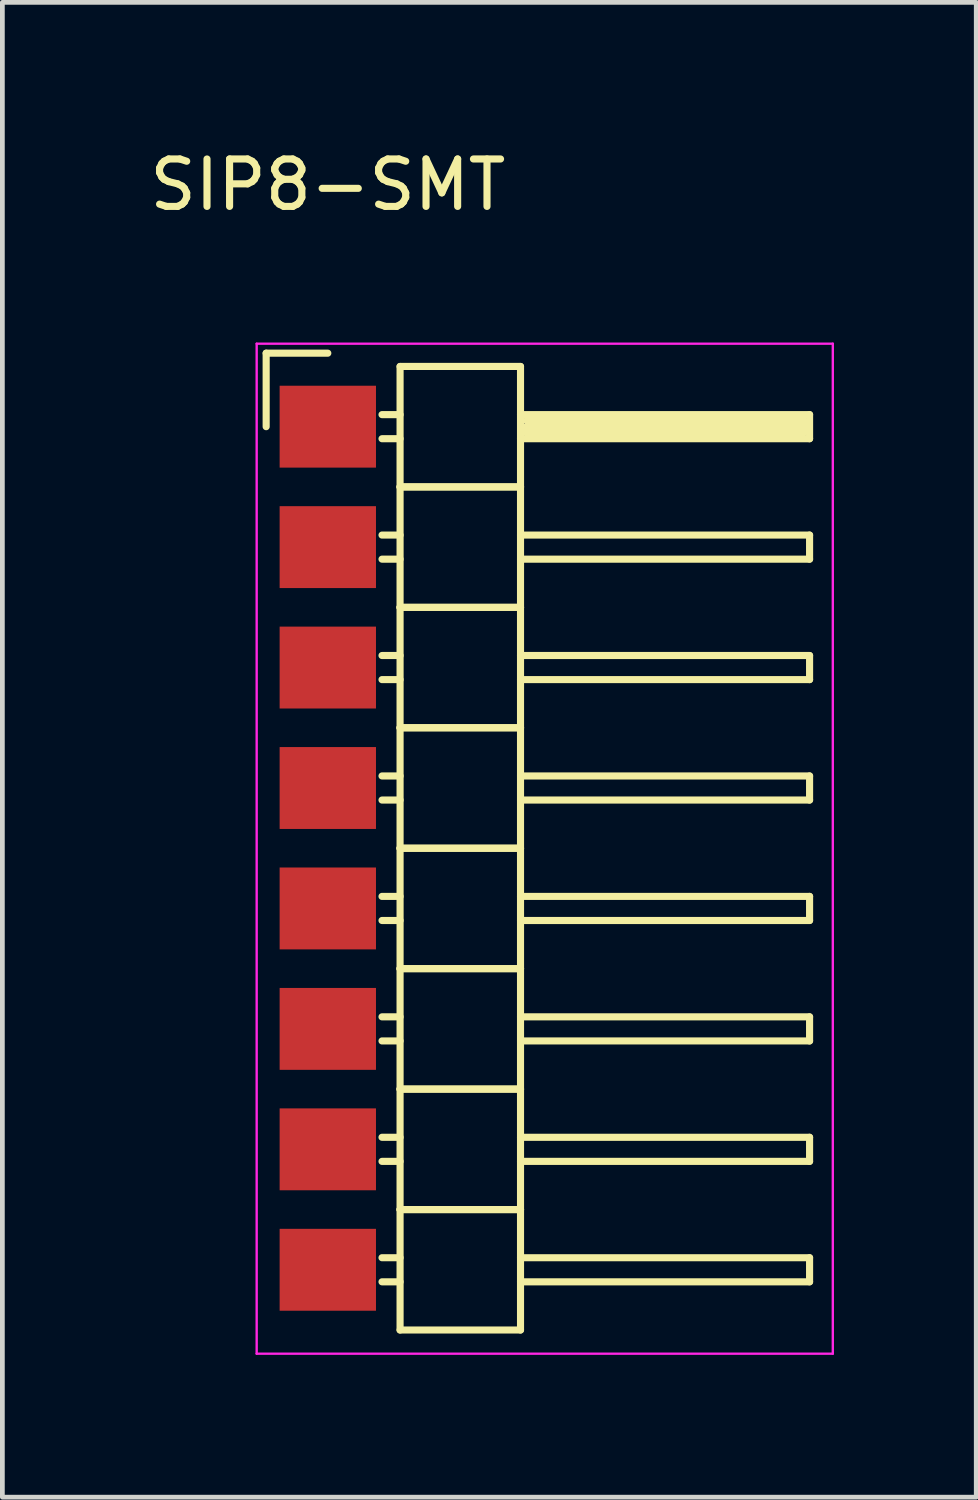
<source format=kicad_pcb>
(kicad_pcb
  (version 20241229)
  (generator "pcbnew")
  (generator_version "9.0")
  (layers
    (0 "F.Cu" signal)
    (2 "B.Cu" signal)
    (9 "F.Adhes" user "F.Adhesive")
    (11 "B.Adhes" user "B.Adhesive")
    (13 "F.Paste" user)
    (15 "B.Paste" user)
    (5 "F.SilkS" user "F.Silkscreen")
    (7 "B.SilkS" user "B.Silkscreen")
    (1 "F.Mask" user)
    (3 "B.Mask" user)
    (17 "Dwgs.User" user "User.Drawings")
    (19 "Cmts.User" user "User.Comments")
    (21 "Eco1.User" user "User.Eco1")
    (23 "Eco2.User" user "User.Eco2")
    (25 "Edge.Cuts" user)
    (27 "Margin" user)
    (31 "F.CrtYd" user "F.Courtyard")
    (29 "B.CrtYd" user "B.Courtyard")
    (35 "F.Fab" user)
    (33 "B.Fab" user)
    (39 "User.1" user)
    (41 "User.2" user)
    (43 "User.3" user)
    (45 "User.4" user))
  (footprint "SIP8-SMT"
    (layer "F.Cu")
    (at 3.863 5.948)
    (property "Reference" "SIP8-SMT" (at 0 -5.1 0) (layer "F.SilkS") (effects (font (size 1 1) (thickness 0.15))))
    (attr through_hole)
    (fp_line (start -1.3 -1.55) (end -1.3 0) (stroke (width 0.15) (type solid)) (layer "F.SilkS"))
    (fp_line (start 0 -1.55) (end -1.3 -1.55) (stroke (width 0.15) (type solid)) (layer "F.SilkS"))
    (fp_line (start 1.524 -1.27) (end 1.524 1.27) (stroke (width 0.15) (type solid)) (layer "F.SilkS"))
    (fp_line (start 1.524 -1.27) (end 4.064 -1.27) (stroke (width 0.15) (type solid)) (layer "F.SilkS"))
    (fp_line (start 1.524 -0.254) (end 1.143 -0.254) (stroke (width 0.15) (type solid)) (layer "F.SilkS"))
    (fp_line (start 1.524 0.254) (end 1.143 0.254) (stroke (width 0.15) (type solid)) (layer "F.SilkS"))
    (fp_line (start 1.524 1.27) (end 1.524 3.81) (stroke (width 0.15) (type solid)) (layer "F.SilkS"))
    (fp_line (start 1.524 1.27) (end 4.064 1.27) (stroke (width 0.15) (type solid)) (layer "F.SilkS"))
    (fp_line (start 1.524 1.27) (end 4.064 1.27) (stroke (width 0.15) (type solid)) (layer "F.SilkS"))
    (fp_line (start 1.524 2.286) (end 1.143 2.286) (stroke (width 0.15) (type solid)) (layer "F.SilkS"))
    (fp_line (start 1.524 2.794) (end 1.143 2.794) (stroke (width 0.15) (type solid)) (layer "F.SilkS"))
    (fp_line (start 1.524 3.81) (end 1.524 6.35) (stroke (width 0.15) (type solid)) (layer "F.SilkS"))
    (fp_line (start 1.524 3.81) (end 4.064 3.81) (stroke (width 0.15) (type solid)) (layer "F.SilkS"))
    (fp_line (start 1.524 3.81) (end 4.064 3.81) (stroke (width 0.15) (type solid)) (layer "F.SilkS"))
    (fp_line (start 1.524 4.826) (end 1.143 4.826) (stroke (width 0.15) (type solid)) (layer "F.SilkS"))
    (fp_line (start 1.524 5.334) (end 1.143 5.334) (stroke (width 0.15) (type solid)) (layer "F.SilkS"))
    (fp_line (start 1.524 6.35) (end 1.524 8.89) (stroke (width 0.15) (type solid)) (layer "F.SilkS"))
    (fp_line (start 1.524 6.35) (end 4.064 6.35) (stroke (width 0.15) (type solid)) (layer "F.SilkS"))
    (fp_line (start 1.524 6.35) (end 4.064 6.35) (stroke (width 0.15) (type solid)) (layer "F.SilkS"))
    (fp_line (start 1.524 7.366) (end 1.143 7.366) (stroke (width 0.15) (type solid)) (layer "F.SilkS"))
    (fp_line (start 1.524 7.874) (end 1.143 7.874) (stroke (width 0.15) (type solid)) (layer "F.SilkS"))
    (fp_line (start 1.524 8.89) (end 1.524 11.43) (stroke (width 0.15) (type solid)) (layer "F.SilkS"))
    (fp_line (start 1.524 8.89) (end 4.064 8.89) (stroke (width 0.15) (type solid)) (layer "F.SilkS"))
    (fp_line (start 1.524 8.89) (end 4.064 8.89) (stroke (width 0.15) (type solid)) (layer "F.SilkS"))
    (fp_line (start 1.524 9.906) (end 1.143 9.906) (stroke (width 0.15) (type solid)) (layer "F.SilkS"))
    (fp_line (start 1.524 10.414) (end 1.143 10.414) (stroke (width 0.15) (type solid)) (layer "F.SilkS"))
    (fp_line (start 1.524 11.43) (end 1.524 13.97) (stroke (width 0.15) (type solid)) (layer "F.SilkS"))
    (fp_line (start 1.524 11.43) (end 4.064 11.43) (stroke (width 0.15) (type solid)) (layer "F.SilkS"))
    (fp_line (start 1.524 11.43) (end 4.064 11.43) (stroke (width 0.15) (type solid)) (layer "F.SilkS"))
    (fp_line (start 1.524 12.446) (end 1.143 12.446) (stroke (width 0.15) (type solid)) (layer "F.SilkS"))
    (fp_line (start 1.524 12.954) (end 1.143 12.954) (stroke (width 0.15) (type solid)) (layer "F.SilkS"))
    (fp_line (start 1.524 13.97) (end 1.524 16.51) (stroke (width 0.15) (type solid)) (layer "F.SilkS"))
    (fp_line (start 1.524 13.97) (end 4.064 13.97) (stroke (width 0.15) (type solid)) (layer "F.SilkS"))
    (fp_line (start 1.524 13.97) (end 4.064 13.97) (stroke (width 0.15) (type solid)) (layer "F.SilkS"))
    (fp_line (start 1.524 14.986) (end 1.143 14.986) (stroke (width 0.15) (type solid)) (layer "F.SilkS"))
    (fp_line (start 1.524 15.494) (end 1.143 15.494) (stroke (width 0.15) (type solid)) (layer "F.SilkS"))
    (fp_line (start 1.524 16.51) (end 1.524 19.05) (stroke (width 0.15) (type solid)) (layer "F.SilkS"))
    (fp_line (start 1.524 16.51) (end 4.064 16.51) (stroke (width 0.15) (type solid)) (layer "F.SilkS"))
    (fp_line (start 1.524 16.51) (end 4.064 16.51) (stroke (width 0.15) (type solid)) (layer "F.SilkS"))
    (fp_line (start 1.524 17.526) (end 1.143 17.526) (stroke (width 0.15) (type solid)) (layer "F.SilkS"))
    (fp_line (start 1.524 18.034) (end 1.143 18.034) (stroke (width 0.15) (type solid)) (layer "F.SilkS"))
    (fp_line (start 1.524 19.05) (end 4.064 19.05) (stroke (width 0.15) (type solid)) (layer "F.SilkS"))
    (fp_line (start 4.064 -0.254) (end 10.16 -0.254) (stroke (width 0.15) (type solid)) (layer "F.SilkS"))
    (fp_line (start 4.064 1.27) (end 4.064 -1.27) (stroke (width 0.15) (type solid)) (layer "F.SilkS"))
    (fp_line (start 4.064 2.286) (end 10.16 2.286) (stroke (width 0.15) (type solid)) (layer "F.SilkS"))
    (fp_line (start 4.064 3.81) (end 4.064 1.27) (stroke (width 0.15) (type solid)) (layer "F.SilkS"))
    (fp_line (start 4.064 4.826) (end 10.16 4.826) (stroke (width 0.15) (type solid)) (layer "F.SilkS"))
    (fp_line (start 4.064 6.35) (end 4.064 3.81) (stroke (width 0.15) (type solid)) (layer "F.SilkS"))
    (fp_line (start 4.064 7.366) (end 10.16 7.366) (stroke (width 0.15) (type solid)) (layer "F.SilkS"))
    (fp_line (start 4.064 8.89) (end 4.064 6.35) (stroke (width 0.15) (type solid)) (layer "F.SilkS"))
    (fp_line (start 4.064 9.906) (end 10.16 9.906) (stroke (width 0.15) (type solid)) (layer "F.SilkS"))
    (fp_line (start 4.064 11.43) (end 4.064 8.89) (stroke (width 0.15) (type solid)) (layer "F.SilkS"))
    (fp_line (start 4.064 12.446) (end 10.16 12.446) (stroke (width 0.15) (type solid)) (layer "F.SilkS"))
    (fp_line (start 4.064 13.97) (end 4.064 11.43) (stroke (width 0.15) (type solid)) (layer "F.SilkS"))
    (fp_line (start 4.064 14.986) (end 10.16 14.986) (stroke (width 0.15) (type solid)) (layer "F.SilkS"))
    (fp_line (start 4.064 16.51) (end 4.064 13.97) (stroke (width 0.15) (type solid)) (layer "F.SilkS"))
    (fp_line (start 4.064 17.526) (end 10.16 17.526) (stroke (width 0.15) (type solid)) (layer "F.SilkS"))
    (fp_line (start 4.064 19.05) (end 4.064 16.51) (stroke (width 0.15) (type solid)) (layer "F.SilkS"))
    (fp_line (start 4.191 -0.127) (end 10.033 -0.127) (stroke (width 0.15) (type solid)) (layer "F.SilkS"))
    (fp_line (start 4.191 0) (end 10.033 0) (stroke (width 0.15) (type solid)) (layer "F.SilkS"))
    (fp_line (start 4.191 0.127) (end 4.191 0) (stroke (width 0.15) (type solid)) (layer "F.SilkS"))
    (fp_line (start 10.033 -0.127) (end 10.033 0.127) (stroke (width 0.15) (type solid)) (layer "F.SilkS"))
    (fp_line (start 10.033 0.127) (end 4.191 0.127) (stroke (width 0.15) (type solid)) (layer "F.SilkS"))
    (fp_line (start 10.16 -0.254) (end 10.16 0.254) (stroke (width 0.15) (type solid)) (layer "F.SilkS"))
    (fp_line (start 10.16 0.254) (end 4.064 0.254) (stroke (width 0.15) (type solid)) (layer "F.SilkS"))
    (fp_line (start 10.16 2.286) (end 10.16 2.794) (stroke (width 0.15) (type solid)) (layer "F.SilkS"))
    (fp_line (start 10.16 2.794) (end 4.064 2.794) (stroke (width 0.15) (type solid)) (layer "F.SilkS"))
    (fp_line (start 10.16 4.826) (end 10.16 5.334) (stroke (width 0.15) (type solid)) (layer "F.SilkS"))
    (fp_line (start 10.16 5.334) (end 4.064 5.334) (stroke (width 0.15) (type solid)) (layer "F.SilkS"))
    (fp_line (start 10.16 7.366) (end 10.16 7.874) (stroke (width 0.15) (type solid)) (layer "F.SilkS"))
    (fp_line (start 10.16 7.874) (end 4.064 7.874) (stroke (width 0.15) (type solid)) (layer "F.SilkS"))
    (fp_line (start 10.16 9.906) (end 10.16 10.414) (stroke (width 0.15) (type solid)) (layer "F.SilkS"))
    (fp_line (start 10.16 10.414) (end 4.064 10.414) (stroke (width 0.15) (type solid)) (layer "F.SilkS"))
    (fp_line (start 10.16 12.446) (end 10.16 12.954) (stroke (width 0.15) (type solid)) (layer "F.SilkS"))
    (fp_line (start 10.16 12.954) (end 4.064 12.954) (stroke (width 0.15) (type solid)) (layer "F.SilkS"))
    (fp_line (start 10.16 14.986) (end 10.16 15.494) (stroke (width 0.15) (type solid)) (layer "F.SilkS"))
    (fp_line (start 10.16 15.494) (end 4.064 15.494) (stroke (width 0.15) (type solid)) (layer "F.SilkS"))
    (fp_line (start 10.16 17.526) (end 10.16 18.034) (stroke (width 0.15) (type solid)) (layer "F.SilkS"))
    (fp_line (start 10.16 18.034) (end 4.064 18.034) (stroke (width 0.15) (type solid)) (layer "F.SilkS"))
    (fp_line (start -1.5 -1.75) (end -1.5 19.55) (stroke (width 0.05) (type solid)) (layer "F.CrtYd"))
    (fp_line (start -1.5 -1.75) (end 10.65 -1.75) (stroke (width 0.05) (type solid)) (layer "F.CrtYd"))
    (fp_line (start -1.5 19.55) (end 10.65 19.55) (stroke (width 0.05) (type solid)) (layer "F.CrtYd"))
    (fp_line (start 10.65 -1.75) (end 10.65 19.55) (stroke (width 0.05) (type solid)) (layer "F.CrtYd"))
    (pad "1" smd rect (at 0 0) (size 2.032 1.727) (layers "F.Cu" "F.Mask" "F.Paste"))
    (pad "2" smd rect (at 0 2.54) (size 2.032 1.727) (layers "F.Cu" "F.Mask" "F.Paste"))
    (pad "3" smd rect (at 0 5.08) (size 2.032 1.727) (layers "F.Cu" "F.Mask" "F.Paste"))
    (pad "4" smd rect (at 0 7.62) (size 2.032 1.727) (layers "F.Cu" "F.Mask" "F.Paste"))
    (pad "5" smd rect (at 0 10.16) (size 2.032 1.727) (layers "F.Cu" "F.Mask" "F.Paste"))
    (pad "6" smd rect (at 0 12.7) (size 2.032 1.727) (layers "F.Cu" "F.Mask" "F.Paste"))
    (pad "7" smd rect (at 0 15.24) (size 2.032 1.727) (layers "F.Cu" "F.Mask" "F.Paste"))
    (pad "8" smd rect (at 0 17.78) (size 2.032 1.727) (layers "F.Cu" "F.Mask" "F.Paste")))
  (gr_rect
    (start -3 -3)
    (end 17.538 28.523)
    (stroke (width 0.1) (type default))
    (fill no)
    (layer "Edge.Cuts")))
</source>
